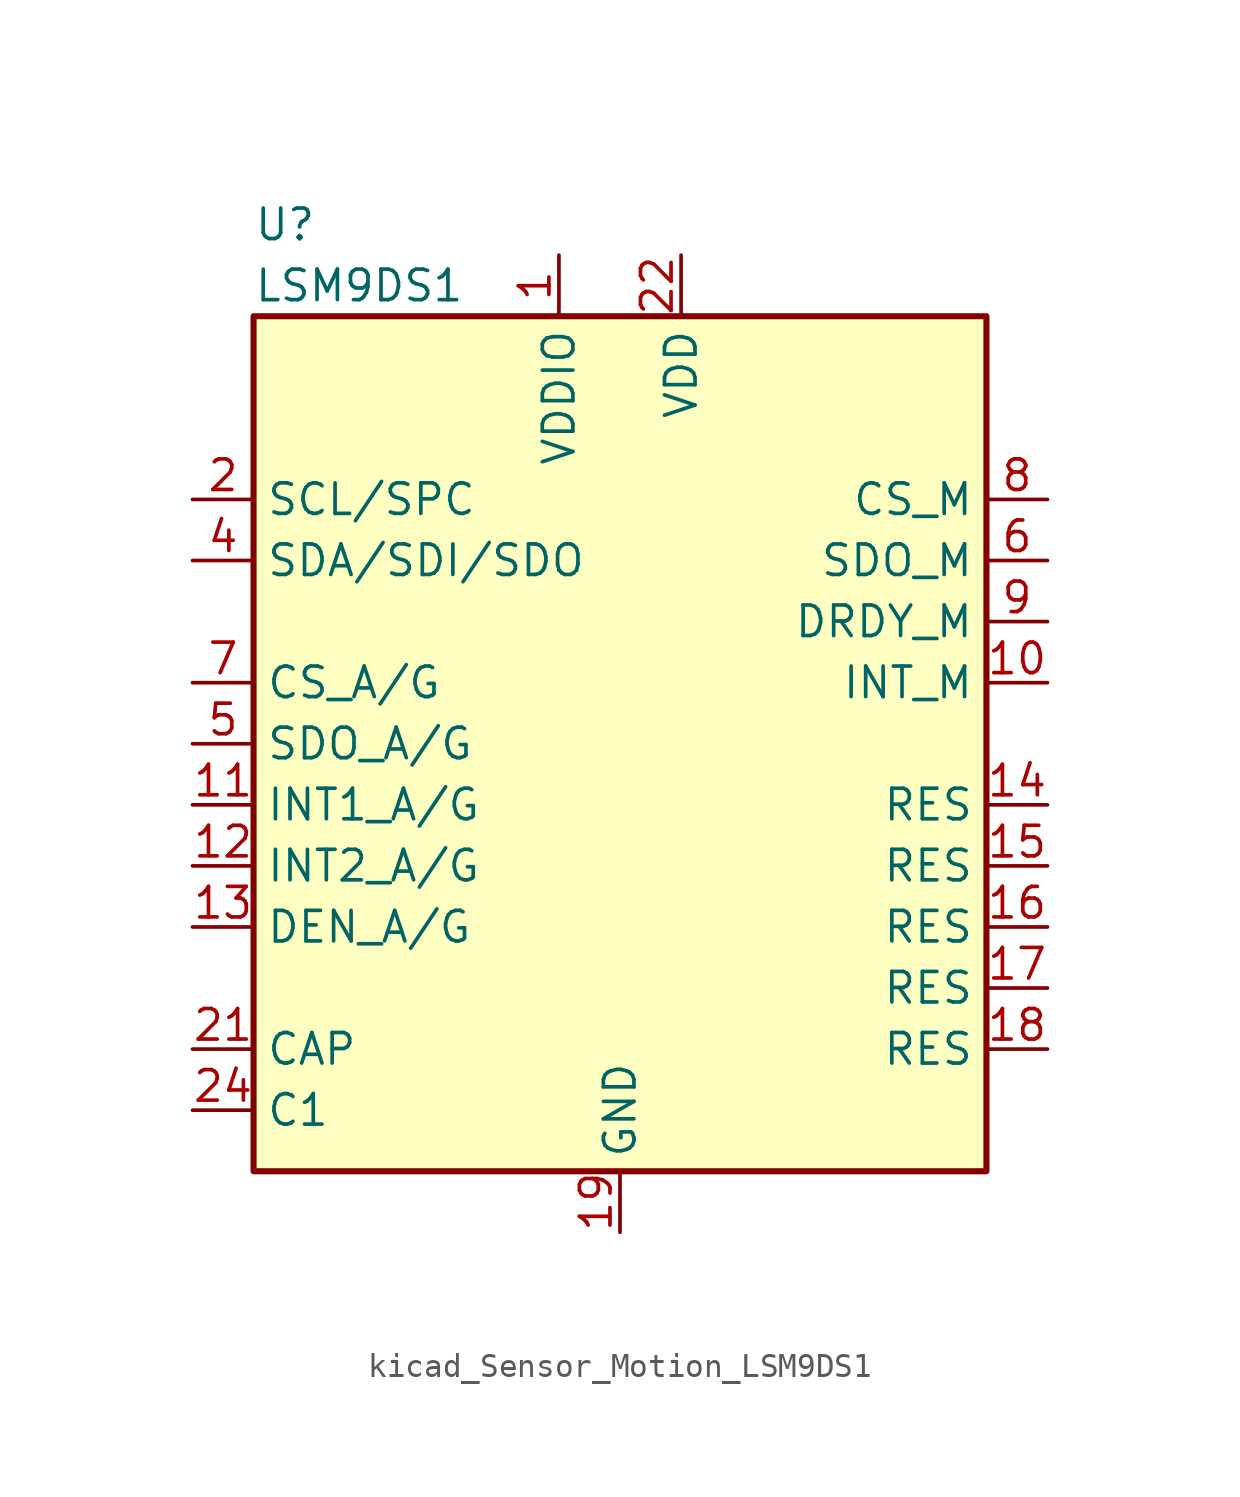
<source format=kicad_sym>
(kicad_symbol_lib
  (version 20220914)
  (generator kicad_symbol_editor)
  (symbol "kicad_Sensor_Motion_LSM9DS1"
    (property "Reference" "U"
      (at -15.24 21.59 0)
      (effects (font (size 1.27 1.27)) (justify left)))
    (property "Value" "LSM9DS1"
      (at -15.24 19.05 0)
      (effects (font (size 1.27 1.27)) (justify left)))
    (symbol "kicad_Sensor_Motion_LSM9DS1_0_1"
      (rectangle (start -15.24 17.78) (end 15.24 -17.78) (stroke (width 0.254) (type default)) (fill (type background))))
    (symbol "kicad_Sensor_Motion_LSM9DS1_1_1"
      (pin power_in line (at -2.54 20.32 270) (length 2.54) (name "VDDIO" (effects (font (size 1.27 1.27)))) (number "1" (effects (font (size 1.27 1.27)))))
      (pin output line (at 17.78 2.54 180) (length 2.54) (name "INT_M" (effects (font (size 1.27 1.27)))) (number "10" (effects (font (size 1.27 1.27)))))
      (pin output line (at -17.78 -2.54 0) (length 2.54) (name "INT1_A/G" (effects (font (size 1.27 1.27)))) (number "11" (effects (font (size 1.27 1.27)))))
      (pin output line (at -17.78 -5.08 0) (length 2.54) (name "INT2_A/G" (effects (font (size 1.27 1.27)))) (number "12" (effects (font (size 1.27 1.27)))))
      (pin input line (at -17.78 -7.62 0) (length 2.54) (name "DEN_A/G" (effects (font (size 1.27 1.27)))) (number "13" (effects (font (size 1.27 1.27)))))
      (pin bidirectional line (at 17.78 -2.54 180) (length 2.54) (name "RES" (effects (font (size 1.27 1.27)))) (number "14" (effects (font (size 1.27 1.27)))))
      (pin bidirectional line (at 17.78 -5.08 180) (length 2.54) (name "RES" (effects (font (size 1.27 1.27)))) (number "15" (effects (font (size 1.27 1.27)))))
      (pin bidirectional line (at 17.78 -7.62 180) (length 2.54) (name "RES" (effects (font (size 1.27 1.27)))) (number "16" (effects (font (size 1.27 1.27)))))
      (pin bidirectional line (at 17.78 -10.16 180) (length 2.54) (name "RES" (effects (font (size 1.27 1.27)))) (number "17" (effects (font (size 1.27 1.27)))))
      (pin bidirectional line (at 17.78 -12.7 180) (length 2.54) (name "RES" (effects (font (size 1.27 1.27)))) (number "18" (effects (font (size 1.27 1.27)))))
      (pin power_in line (at 0 -20.32 90) (length 2.54) (name "GND" (effects (font (size 1.27 1.27)))) (number "19" (effects (font (size 1.27 1.27)))))
      (pin input line (at -17.78 10.16 0) (length 2.54) (name "SCL/SPC" (effects (font (size 1.27 1.27)))) (number "2" (effects (font (size 1.27 1.27)))))
      (pin passive line (at 0 -20.32 90) (length 2.54) hide (name "GND" (effects (font (size 1.27 1.27)))) (number "20" (effects (font (size 1.27 1.27)))))
      (pin passive line (at -17.78 -12.7 0) (length 2.54) (name "CAP" (effects (font (size 1.27 1.27)))) (number "21" (effects (font (size 1.27 1.27)))))
      (pin power_in line (at 2.54 20.32 270) (length 2.54) (name "VDD" (effects (font (size 1.27 1.27)))) (number "22" (effects (font (size 1.27 1.27)))))
      (pin passive line (at 2.54 20.32 270) (length 2.54) hide (name "VDD" (effects (font (size 1.27 1.27)))) (number "23" (effects (font (size 1.27 1.27)))))
      (pin passive line (at -17.78 -15.24 0) (length 2.54) (name "C1" (effects (font (size 1.27 1.27)))) (number "24" (effects (font (size 1.27 1.27)))))
      (pin passive line (at -2.54 20.32 270) (length 2.54) hide (name "VDDIO" (effects (font (size 1.27 1.27)))) (number "3" (effects (font (size 1.27 1.27)))))
      (pin bidirectional line (at -17.78 7.62 0) (length 2.54) (name "SDA/SDI/SDO" (effects (font (size 1.27 1.27)))) (number "4" (effects (font (size 1.27 1.27)))))
      (pin output line (at -17.78 0 0) (length 2.54) (name "SDO_A/G" (effects (font (size 1.27 1.27)))) (number "5" (effects (font (size 1.27 1.27)))))
      (pin output line (at 17.78 7.62 180) (length 2.54) (name "SDO_M" (effects (font (size 1.27 1.27)))) (number "6" (effects (font (size 1.27 1.27)))))
      (pin input line (at -17.78 2.54 0) (length 2.54) (name "CS_A/G" (effects (font (size 1.27 1.27)))) (number "7" (effects (font (size 1.27 1.27)))))
      (pin input line (at 17.78 10.16 180) (length 2.54) (name "CS_M" (effects (font (size 1.27 1.27)))) (number "8" (effects (font (size 1.27 1.27)))))
      (pin output line (at 17.78 5.08 180) (length 2.54) (name "DRDY_M" (effects (font (size 1.27 1.27)))) (number "9" (effects (font (size 1.27 1.27))))))))
</source>
